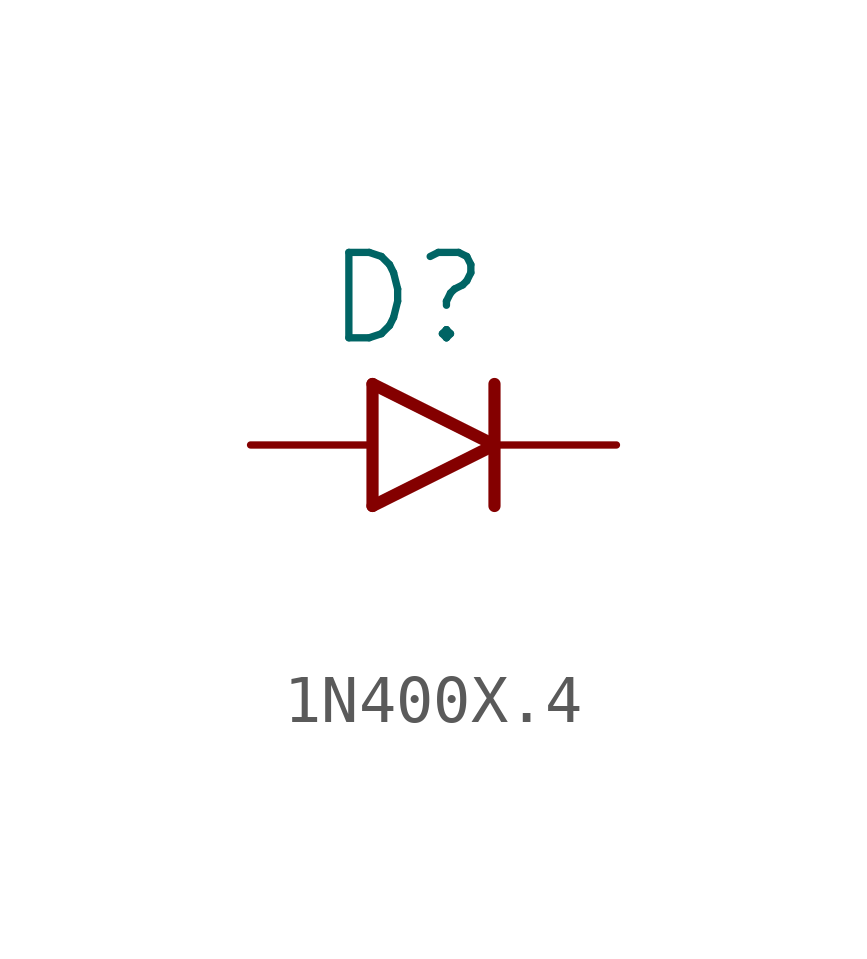
<source format=kicad_sym>
(kicad_symbol_lib
  (version 20231120)
  (generator "kicad_symbol_editor")
  (generator_version "8.0")
  (symbol "1N400X.4"
    (property "Reference" "D"
      (at -3.556 2.007 0)
      (effects (font (size 1.778 1.778)) (justify left bottom)))
    (property "Value" ""
      (at -4.318 -3.581 0)
      (effects (font (size 1.778 1.778)) (justify left bottom)))
    (property "ki_locked" ""
      (at 0 0 0)
      (effects (font (size 1.27 1.27))))
    (symbol "1N400X.4_1_0"
      (polyline (pts (xy -2.54 -1.27) (xy 0 0)) (stroke (width 0.254) (type solid)) (fill (type none)))
      (polyline (pts (xy -2.54 1.27) (xy -2.54 -1.27)) (stroke (width 0.254) (type solid)) (fill (type none)))
      (polyline (pts (xy 0 0) (xy -2.54 1.27)) (stroke (width 0.254) (type solid)) (fill (type none)))
      (polyline (pts (xy 0 0) (xy 0 -1.27)) (stroke (width 0.254) (type solid)) (fill (type none)))
      (polyline (pts (xy 0 1.27) (xy 0 0)) (stroke (width 0.254) (type solid)) (fill (type none)))
      (pin passive line (at -5.08 0 0) (length 2.54) (name "A" (effects (font (size 0 0)))) (number "A" (effects (font (size 0 0)))))
      (pin passive line (at 2.54 0 180) (length 2.54) (name "C" (effects (font (size 0 0)))) (number "C" (effects (font (size 0 0))))))))
</source>
